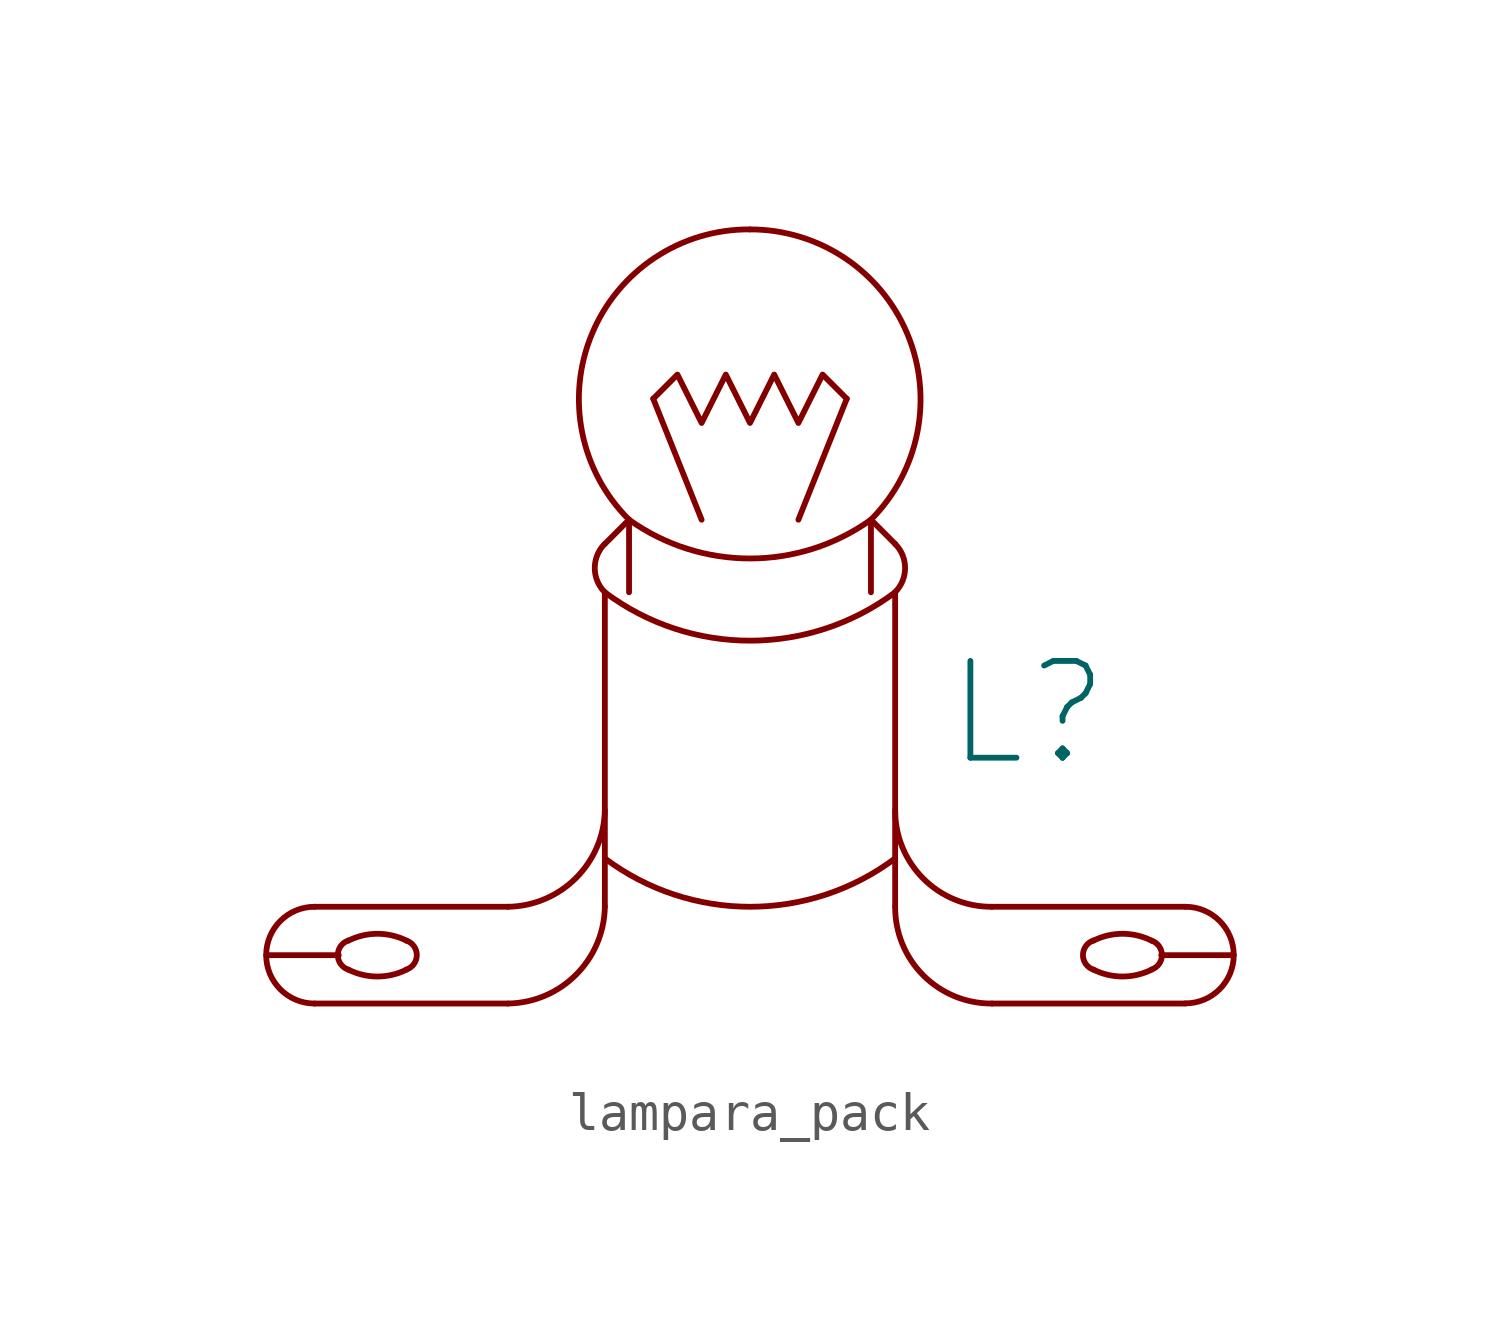
<source format=kicad_sym>
(kicad_symbol_lib
  (version 20231120)
  (generator "kicad_symbol_editor")
  (generator_version "8.0")
  (symbol "lampara_pack"
    (pin_names
      (offset 1.016))
    (property "Reference" "L"
      (at 17.78 6.35 0)
      (effects (font (size 2.54 2.54)) (justify left)))
    (symbol "lampara_pack_0_1"
      (polyline (pts (xy 1.27 -1.27) (xy 6.35 -1.27)) (stroke (width 0) (type default)) (fill (type none)))
      (polyline (pts (xy 6.35 1.27) (xy 1.27 1.27)) (stroke (width 0) (type default)) (fill (type none)))
      (polyline (pts (xy 8.89 1.27) (xy 8.89 9.525)) (stroke (width 0) (type default)) (fill (type none)))
      (polyline (pts (xy 8.89 10.795) (xy 9.525 11.43)) (stroke (width 0) (type default)) (fill (type none)))
      (polyline (pts (xy 9.525 11.43) (xy 9.525 9.525)) (stroke (width 0) (type default)) (fill (type none)))
      (polyline (pts (xy 11.43 11.43) (xy 10.16 14.605)) (stroke (width 0) (type default)) (fill (type none)))
      (polyline (pts (xy 13.97 11.43) (xy 15.24 14.605)) (stroke (width 0) (type default)) (fill (type none)))
      (polyline (pts (xy 15.875 11.43) (xy 15.875 9.525)) (stroke (width 0) (type default)) (fill (type none)))
      (polyline (pts (xy 16.51 1.27) (xy 16.51 9.525)) (stroke (width 0) (type default)) (fill (type none)))
      (polyline (pts (xy 16.51 10.795) (xy 15.875 11.43)) (stroke (width 0) (type default)) (fill (type none)))
      (polyline (pts (xy 19.05 1.27) (xy 24.13 1.27)) (stroke (width 0) (type default)) (fill (type none)))
      (polyline (pts (xy 24.13 -1.27) (xy 19.05 -1.27)) (stroke (width 0) (type default)) (fill (type none)))
      (polyline (pts (xy 10.16 14.605) (xy 10.795 15.24) (xy 11.43 13.97) (xy 12.065 15.24) (xy 12.7 13.97) (xy 13.335 15.24) (xy 13.97 13.97) (xy 14.605 15.24) (xy 15.24 14.605)) (stroke (width 0) (type default)) (fill (type none)))
      (arc (start 1.27 1.27) (mid 0.0055 0) (end 1.27 -1.27) (stroke (width 0) (type default)) (fill (type none)))
      (arc (start 2.159 -0.381) (mid 2.921 -0.5609) (end 3.683 -0.381) (stroke (width 0) (type default)) (fill (type none)))
      (arc (start 2.159 0.381) (mid 1.8844 0) (end 2.159 -0.381) (stroke (width 0) (type default)) (fill (type none)))
      (arc (start 3.683 -0.381) (mid 3.9576 0) (end 3.683 0.381) (stroke (width 0) (type default)) (fill (type none)))
      (arc (start 3.683 0.381) (mid 2.921 0.5609) (end 2.159 0.381) (stroke (width 0) (type default)) (fill (type none)))
      (arc (start 6.35 -1.27) (mid 8.1297 -0.5171) (end 8.89 1.27) (stroke (width 0) (type default)) (fill (type none)))
      (arc (start 6.35 1.27) (mid 8.1297 2.0229) (end 8.89 3.81) (stroke (width 0) (type default)) (fill (type none)))
      (arc (start 8.89 2.54) (mid 12.7 1.27) (end 16.51 2.54) (stroke (width 0) (type default)) (fill (type none)))
      (arc (start 8.89 9.525) (mid 12.7 8.255) (end 16.51 9.525) (stroke (width 0) (type default)) (fill (type none)))
      (arc (start 8.89 10.795) (mid 8.627 10.16) (end 8.89 9.525) (stroke (width 0) (type default)) (fill (type none)))
      (arc (start 9.525 11.43) (mid 12.7 10.4125) (end 15.875 11.43) (stroke (width 0) (type default)) (fill (type none)))
      (arc (start 12.7 19.05) (mid 8.5493 16.3021) (end 9.525 11.43) (stroke (width 0) (type default)) (fill (type none)))
      (arc (start 15.875 11.43) (mid 16.8357 16.2958) (end 12.7 19.05) (stroke (width 0) (type default)) (fill (type none)))
      (arc (start 16.51 1.27) (mid 17.2523 -0.5349) (end 19.05 -1.27) (stroke (width 0) (type default)) (fill (type none)))
      (arc (start 16.51 3.81) (mid 17.2523 2.0051) (end 19.05 1.27) (stroke (width 0) (type default)) (fill (type none)))
      (arc (start 16.51 9.525) (mid 16.773 10.16) (end 16.51 10.795) (stroke (width 0) (type default)) (fill (type none)))
      (arc (start 21.717 -0.381) (mid 22.479 -0.5609) (end 23.241 -0.381) (stroke (width 0) (type default)) (fill (type none)))
      (arc (start 21.717 0.381) (mid 21.4424 0) (end 21.717 -0.381) (stroke (width 0) (type default)) (fill (type none)))
      (arc (start 23.241 -0.381) (mid 23.5156 0) (end 23.241 0.381) (stroke (width 0) (type default)) (fill (type none)))
      (arc (start 23.241 0.381) (mid 22.479 0.5609) (end 21.717 0.381) (stroke (width 0) (type default)) (fill (type none)))
      (arc (start 24.13 -1.27) (mid 25.3945 0) (end 24.13 1.27) (stroke (width 0) (type default)) (fill (type none))))
    (symbol "lampara_pack_1_1"
      (pin input line (at 0 0 0) (length 1.905) (name "" (effects (font (size 1.27 1.27)))) (number "" (effects (font (size 1.143 1.143)))))
      (pin input line (at 25.4 0 180) (length 1.905) (name "" (effects (font (size 1.27 1.27)))) (number "" (effects (font (size 1.143 1.143))))))))
</source>
